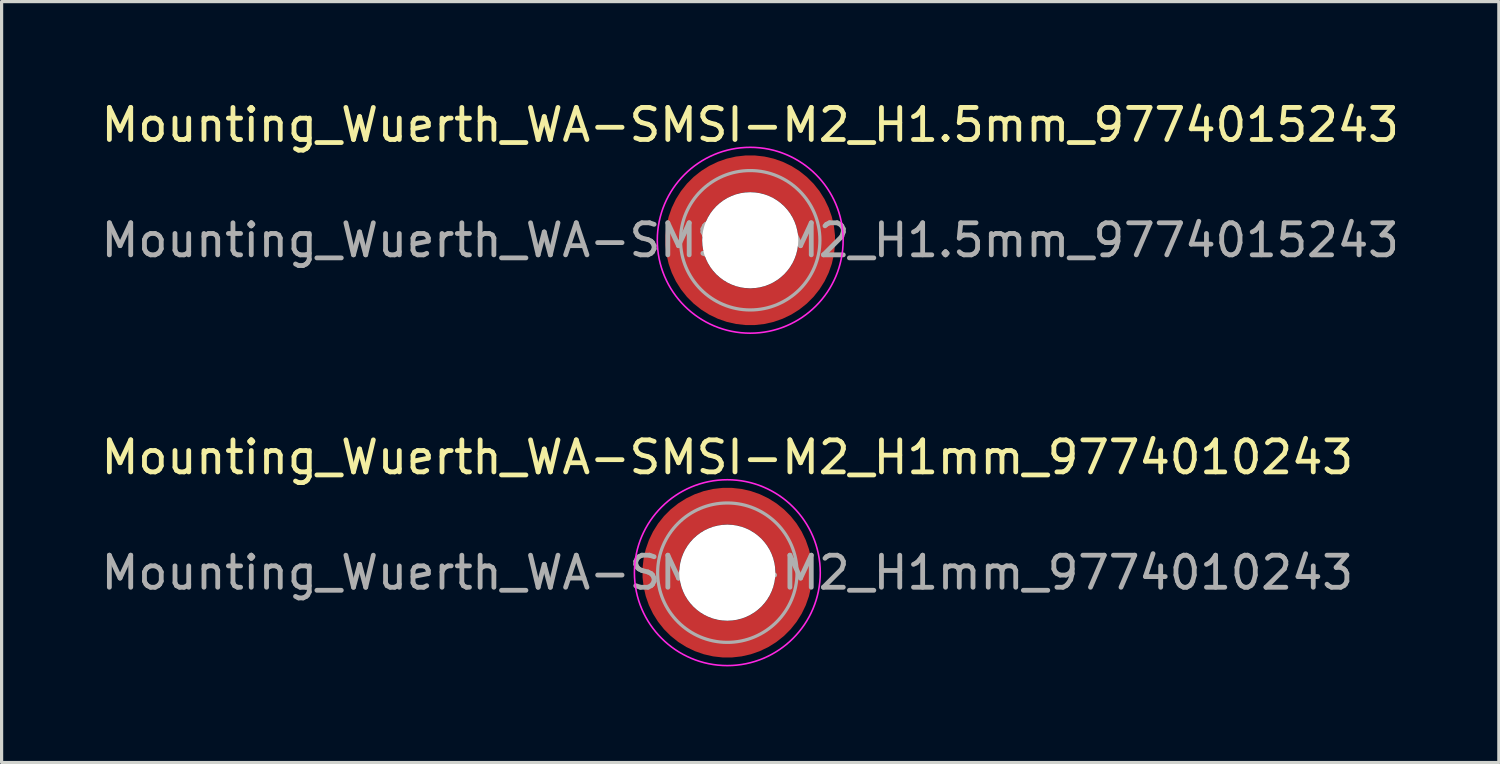
<source format=kicad_pcb>
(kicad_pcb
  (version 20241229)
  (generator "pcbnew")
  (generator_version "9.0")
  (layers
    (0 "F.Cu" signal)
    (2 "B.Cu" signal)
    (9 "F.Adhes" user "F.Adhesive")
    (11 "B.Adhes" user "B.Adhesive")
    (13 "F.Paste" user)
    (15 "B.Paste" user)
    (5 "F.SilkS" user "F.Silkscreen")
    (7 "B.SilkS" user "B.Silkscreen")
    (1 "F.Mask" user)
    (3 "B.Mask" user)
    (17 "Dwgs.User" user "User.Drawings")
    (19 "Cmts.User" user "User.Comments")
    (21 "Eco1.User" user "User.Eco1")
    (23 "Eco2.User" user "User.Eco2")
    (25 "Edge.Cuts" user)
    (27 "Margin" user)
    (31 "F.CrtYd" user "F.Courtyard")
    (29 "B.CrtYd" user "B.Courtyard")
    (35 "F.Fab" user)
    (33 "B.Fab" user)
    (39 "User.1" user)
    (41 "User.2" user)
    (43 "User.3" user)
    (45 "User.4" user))
  (footprint "Mounting_Wuerth_WA-SMSI-M2_H1.5mm_9774015243"
    (layer "F.Cu")
    (at 20.363 4.448)
    (property "Reference" "Mounting_Wuerth_WA-SMSI-M2_H1.5mm_9774015243" (at 0 -3.6 0) (layer "F.SilkS") (effects (font (size 1 1) (thickness 0.15))))
    (attr smd)
    (fp_circle (center 0 0) (end 2.9 0) (stroke (width 0.05) (type solid)) (fill no) (layer "F.CrtYd"))
    (fp_circle (center 0 0) (end 2.175 0) (stroke (width 0.1) (type solid)) (fill no) (layer "F.Fab"))
    (fp_text user "${REFERENCE}" (at 0 0 0) (layer "F.Fab") (effects (font (size 1 1) (thickness 0.15))))
    (pad "" smd custom (at -1.453 -1.453) (size 0.61 0.61) (layers "F.Paste") (options (anchor circle)) (primitives (gr_arc (start -0.147677 1.053104) (mid 0.286378 0.286378) (end 1.053104 -0.147677) (width 0.2)) (gr_arc (start -0.240295 1.053104) (mid 0.222738 0.222738) (end 1.053104 -0.240295) (width 0.2)) (gr_arc (start -0.332645 1.053104) (mid 0.159099 0.159099) (end 1.053104 -0.332645) (width 0.2)) (gr_arc (start -0.424767 1.053104) (mid 0.095459 0.095459) (end 1.053104 -0.424767) (width 0.2)) (gr_arc (start -0.516693 1.053104) (mid 0.031819 0.031819) (end 1.053104 -0.516693) (width 0.2)) (gr_arc (start -0.608448 1.053104) (mid -0.03182 -0.03182) (end 1.053104 -0.608448) (width 0.2)) (gr_arc (start -0.700056 1.053104) (mid -0.09546 -0.09546) (end 1.053104 -0.700056) (width 0.2)) (gr_arc (start -0.791534 1.053104) (mid -0.159099 -0.159099) (end 1.053104 -0.791534) (width 0.2)) (gr_arc (start -0.882896 1.053104) (mid -0.222738 -0.222738) (end 1.053104 -0.882896) (width 0.2)) (gr_arc (start -0.974157 1.053104) (mid -0.286378 -0.286378) (end 1.053104 -0.974157) (width 0.2)) (gr_line (start 1.053 -0.148) (end 1.053 -0.974) (width 0.2)) (gr_line (start -0.148 1.053) (end -0.974 1.053) (width 0.2))))
    (pad "" smd custom (at -1.453 1.453) (size 0.61 0.61) (layers "F.Paste") (options (anchor circle)) (primitives (gr_arc (start 1.053104 0.147677) (mid 0.286378 -0.286378) (end -0.147677 -1.053104) (width 0.2)) (gr_arc (start 1.053104 0.240295) (mid 0.222738 -0.222738) (end -0.240295 -1.053104) (width 0.2)) (gr_arc (start 1.053104 0.332645) (mid 0.159099 -0.159099) (end -0.332645 -1.053104) (width 0.2)) (gr_arc (start 1.053104 0.424767) (mid 0.095459 -0.095459) (end -0.424767 -1.053104) (width 0.2)) (gr_arc (start 1.053104 0.516693) (mid 0.031819 -0.031819) (end -0.516693 -1.053104) (width 0.2)) (gr_arc (start 1.053104 0.608448) (mid -0.03182 0.03182) (end -0.608448 -1.053104) (width 0.2)) (gr_arc (start 1.053104 0.700056) (mid -0.09546 0.09546) (end -0.700056 -1.053104) (width 0.2)) (gr_arc (start 1.053104 0.791534) (mid -0.159099 0.159099) (end -0.791534 -1.053104) (width 0.2)) (gr_arc (start 1.053104 0.882896) (mid -0.222738 0.222738) (end -0.882896 -1.053104) (width 0.2)) (gr_arc (start 1.053104 0.974157) (mid -0.286378 0.286378) (end -0.974157 -1.053104) (width 0.2)) (gr_line (start -0.148 -1.053) (end -0.974 -1.053) (width 0.2)) (gr_line (start 1.053 0.148) (end 1.053 0.974) (width 0.2))))
    (pad "" np_thru_hole circle (at 0 0) (size 3 3) (drill 3) (layers "*.Cu" "*.Mask"))
    (pad "" smd custom (at 1.453 -1.453) (size 0.61 0.61) (layers "F.Paste") (options (anchor circle)) (primitives (gr_arc (start -1.053104 -0.147677) (mid -0.286378 0.286378) (end 0.147677 1.053104) (width 0.2)) (gr_arc (start -1.053104 -0.240295) (mid -0.222738 0.222738) (end 0.240295 1.053104) (width 0.2)) (gr_arc (start -1.053104 -0.332645) (mid -0.159099 0.159099) (end 0.332645 1.053104) (width 0.2)) (gr_arc (start -1.053104 -0.424767) (mid -0.095459 0.095459) (end 0.424767 1.053104) (width 0.2)) (gr_arc (start -1.053104 -0.516693) (mid -0.031819 0.031819) (end 0.516693 1.053104) (width 0.2)) (gr_arc (start -1.053104 -0.608448) (mid 0.03182 -0.03182) (end 0.608448 1.053104) (width 0.2)) (gr_arc (start -1.053104 -0.700056) (mid 0.09546 -0.09546) (end 0.700056 1.053104) (width 0.2)) (gr_arc (start -1.053104 -0.791534) (mid 0.159099 -0.159099) (end 0.791534 1.053104) (width 0.2)) (gr_arc (start -1.053104 -0.882896) (mid 0.222738 -0.222738) (end 0.882896 1.053104) (width 0.2)) (gr_arc (start -1.053104 -0.974157) (mid 0.286378 -0.286378) (end 0.974157 1.053104) (width 0.2)) (gr_line (start 0.148 1.053) (end 0.974 1.053) (width 0.2)) (gr_line (start -1.053 -0.148) (end -1.053 -0.974) (width 0.2))))
    (pad "" smd custom (at 1.453 1.453) (size 0.61 0.61) (layers "F.Paste") (options (anchor circle)) (primitives (gr_arc (start 0.147677 -1.053104) (mid -0.286378 -0.286378) (end -1.053104 0.147677) (width 0.2)) (gr_arc (start 0.240295 -1.053104) (mid -0.222738 -0.222738) (end -1.053104 0.240295) (width 0.2)) (gr_arc (start 0.332645 -1.053104) (mid -0.159099 -0.159099) (end -1.053104 0.332645) (width 0.2)) (gr_arc (start 0.424767 -1.053104) (mid -0.095459 -0.095459) (end -1.053104 0.424767) (width 0.2)) (gr_arc (start 0.516693 -1.053104) (mid -0.031819 -0.031819) (end -1.053104 0.516693) (width 0.2)) (gr_arc (start 0.608448 -1.053104) (mid 0.03182 0.03182) (end -1.053104 0.608448) (width 0.2)) (gr_arc (start 0.700056 -1.053104) (mid 0.09546 0.09546) (end -1.053104 0.700056) (width 0.2)) (gr_arc (start 0.791534 -1.053104) (mid 0.159099 0.159099) (end -1.053104 0.791534) (width 0.2)) (gr_arc (start 0.882896 -1.053104) (mid 0.222738 0.222738) (end -1.053104 0.882896) (width 0.2)) (gr_arc (start 0.974157 -1.053104) (mid 0.286378 0.286378) (end -1.053104 0.974157) (width 0.2)) (gr_line (start -1.053 0.148) (end -1.053 0.974) (width 0.2)) (gr_line (start 0.148 -1.053) (end 0.974 -1.053) (width 0.2))))
    (pad "1" smd circle (at -2.075 0) (size 0.75 0.75) (layers "F.Cu"))
    (pad "1" smd circle (at 0 -2.075) (size 0.75 0.75) (layers "F.Cu"))
    (pad "1" smd circle (at 0 2.075) (size 0.75 0.75) (layers "F.Cu"))
    (pad "1" smd custom (at 2.075 0) (size 0.75 0.75) (layers "F.Cu" "F.Mask") (options (anchor circle)) (primitives (gr_circle (center -2.075 0) (end 0 0) (width 1.15) (fill no)))))
  (footprint "Mounting_Wuerth_WA-SMSI-M2_H1mm_9774010243"
    (layer "F.Cu")
    (at 19.649 14.822)
    (property "Reference" "Mounting_Wuerth_WA-SMSI-M2_H1mm_9774010243" (at 0 -3.6 0) (layer "F.SilkS") (effects (font (size 1 1) (thickness 0.15))))
    (attr smd)
    (fp_circle (center 0 0) (end 2.9 0) (stroke (width 0.05) (type solid)) (fill no) (layer "F.CrtYd"))
    (fp_circle (center 0 0) (end 2.175 0) (stroke (width 0.1) (type solid)) (fill no) (layer "F.Fab"))
    (fp_text user "${REFERENCE}" (at 0 0 0) (layer "F.Fab") (effects (font (size 1 1) (thickness 0.15))))
    (pad "" smd custom (at -1.453 -1.453) (size 0.61 0.61) (layers "F.Paste") (options (anchor circle)) (primitives (gr_arc (start -0.147677 1.053104) (mid 0.286378 0.286378) (end 1.053104 -0.147677) (width 0.2)) (gr_arc (start -0.240295 1.053104) (mid 0.222738 0.222738) (end 1.053104 -0.240295) (width 0.2)) (gr_arc (start -0.332645 1.053104) (mid 0.159099 0.159099) (end 1.053104 -0.332645) (width 0.2)) (gr_arc (start -0.424767 1.053104) (mid 0.095459 0.095459) (end 1.053104 -0.424767) (width 0.2)) (gr_arc (start -0.516693 1.053104) (mid 0.031819 0.031819) (end 1.053104 -0.516693) (width 0.2)) (gr_arc (start -0.608448 1.053104) (mid -0.03182 -0.03182) (end 1.053104 -0.608448) (width 0.2)) (gr_arc (start -0.700056 1.053104) (mid -0.09546 -0.09546) (end 1.053104 -0.700056) (width 0.2)) (gr_arc (start -0.791534 1.053104) (mid -0.159099 -0.159099) (end 1.053104 -0.791534) (width 0.2)) (gr_arc (start -0.882896 1.053104) (mid -0.222738 -0.222738) (end 1.053104 -0.882896) (width 0.2)) (gr_arc (start -0.974157 1.053104) (mid -0.286378 -0.286378) (end 1.053104 -0.974157) (width 0.2)) (gr_line (start 1.053 -0.148) (end 1.053 -0.974) (width 0.2)) (gr_line (start -0.148 1.053) (end -0.974 1.053) (width 0.2))))
    (pad "" smd custom (at -1.453 1.453) (size 0.61 0.61) (layers "F.Paste") (options (anchor circle)) (primitives (gr_arc (start 1.053104 0.147677) (mid 0.286378 -0.286378) (end -0.147677 -1.053104) (width 0.2)) (gr_arc (start 1.053104 0.240295) (mid 0.222738 -0.222738) (end -0.240295 -1.053104) (width 0.2)) (gr_arc (start 1.053104 0.332645) (mid 0.159099 -0.159099) (end -0.332645 -1.053104) (width 0.2)) (gr_arc (start 1.053104 0.424767) (mid 0.095459 -0.095459) (end -0.424767 -1.053104) (width 0.2)) (gr_arc (start 1.053104 0.516693) (mid 0.031819 -0.031819) (end -0.516693 -1.053104) (width 0.2)) (gr_arc (start 1.053104 0.608448) (mid -0.03182 0.03182) (end -0.608448 -1.053104) (width 0.2)) (gr_arc (start 1.053104 0.700056) (mid -0.09546 0.09546) (end -0.700056 -1.053104) (width 0.2)) (gr_arc (start 1.053104 0.791534) (mid -0.159099 0.159099) (end -0.791534 -1.053104) (width 0.2)) (gr_arc (start 1.053104 0.882896) (mid -0.222738 0.222738) (end -0.882896 -1.053104) (width 0.2)) (gr_arc (start 1.053104 0.974157) (mid -0.286378 0.286378) (end -0.974157 -1.053104) (width 0.2)) (gr_line (start -0.148 -1.053) (end -0.974 -1.053) (width 0.2)) (gr_line (start 1.053 0.148) (end 1.053 0.974) (width 0.2))))
    (pad "" np_thru_hole circle (at 0 0) (size 3 3) (drill 3) (layers "*.Cu" "*.Mask"))
    (pad "" smd custom (at 1.453 -1.453) (size 0.61 0.61) (layers "F.Paste") (options (anchor circle)) (primitives (gr_arc (start -1.053104 -0.147677) (mid -0.286378 0.286378) (end 0.147677 1.053104) (width 0.2)) (gr_arc (start -1.053104 -0.240295) (mid -0.222738 0.222738) (end 0.240295 1.053104) (width 0.2)) (gr_arc (start -1.053104 -0.332645) (mid -0.159099 0.159099) (end 0.332645 1.053104) (width 0.2)) (gr_arc (start -1.053104 -0.424767) (mid -0.095459 0.095459) (end 0.424767 1.053104) (width 0.2)) (gr_arc (start -1.053104 -0.516693) (mid -0.031819 0.031819) (end 0.516693 1.053104) (width 0.2)) (gr_arc (start -1.053104 -0.608448) (mid 0.03182 -0.03182) (end 0.608448 1.053104) (width 0.2)) (gr_arc (start -1.053104 -0.700056) (mid 0.09546 -0.09546) (end 0.700056 1.053104) (width 0.2)) (gr_arc (start -1.053104 -0.791534) (mid 0.159099 -0.159099) (end 0.791534 1.053104) (width 0.2)) (gr_arc (start -1.053104 -0.882896) (mid 0.222738 -0.222738) (end 0.882896 1.053104) (width 0.2)) (gr_arc (start -1.053104 -0.974157) (mid 0.286378 -0.286378) (end 0.974157 1.053104) (width 0.2)) (gr_line (start 0.148 1.053) (end 0.974 1.053) (width 0.2)) (gr_line (start -1.053 -0.148) (end -1.053 -0.974) (width 0.2))))
    (pad "" smd custom (at 1.453 1.453) (size 0.61 0.61) (layers "F.Paste") (options (anchor circle)) (primitives (gr_arc (start 0.147677 -1.053104) (mid -0.286378 -0.286378) (end -1.053104 0.147677) (width 0.2)) (gr_arc (start 0.240295 -1.053104) (mid -0.222738 -0.222738) (end -1.053104 0.240295) (width 0.2)) (gr_arc (start 0.332645 -1.053104) (mid -0.159099 -0.159099) (end -1.053104 0.332645) (width 0.2)) (gr_arc (start 0.424767 -1.053104) (mid -0.095459 -0.095459) (end -1.053104 0.424767) (width 0.2)) (gr_arc (start 0.516693 -1.053104) (mid -0.031819 -0.031819) (end -1.053104 0.516693) (width 0.2)) (gr_arc (start 0.608448 -1.053104) (mid 0.03182 0.03182) (end -1.053104 0.608448) (width 0.2)) (gr_arc (start 0.700056 -1.053104) (mid 0.09546 0.09546) (end -1.053104 0.700056) (width 0.2)) (gr_arc (start 0.791534 -1.053104) (mid 0.159099 0.159099) (end -1.053104 0.791534) (width 0.2)) (gr_arc (start 0.882896 -1.053104) (mid 0.222738 0.222738) (end -1.053104 0.882896) (width 0.2)) (gr_arc (start 0.974157 -1.053104) (mid 0.286378 0.286378) (end -1.053104 0.974157) (width 0.2)) (gr_line (start -1.053 0.148) (end -1.053 0.974) (width 0.2)) (gr_line (start 0.148 -1.053) (end 0.974 -1.053) (width 0.2))))
    (pad "1" smd circle (at -2.075 0) (size 0.75 0.75) (layers "F.Cu"))
    (pad "1" smd circle (at 0 -2.075) (size 0.75 0.75) (layers "F.Cu"))
    (pad "1" smd circle (at 0 2.075) (size 0.75 0.75) (layers "F.Cu"))
    (pad "1" smd custom (at 2.075 0) (size 0.75 0.75) (layers "F.Cu" "F.Mask") (options (anchor circle)) (primitives (gr_circle (center -2.075 0) (end 0 0) (width 1.15) (fill no)))))
  (gr_rect
    (start -3 -3)
    (end 43.726 20.747)
    (stroke (width 0.1) (type default))
    (fill no)
    (layer "Edge.Cuts")))
</source>
